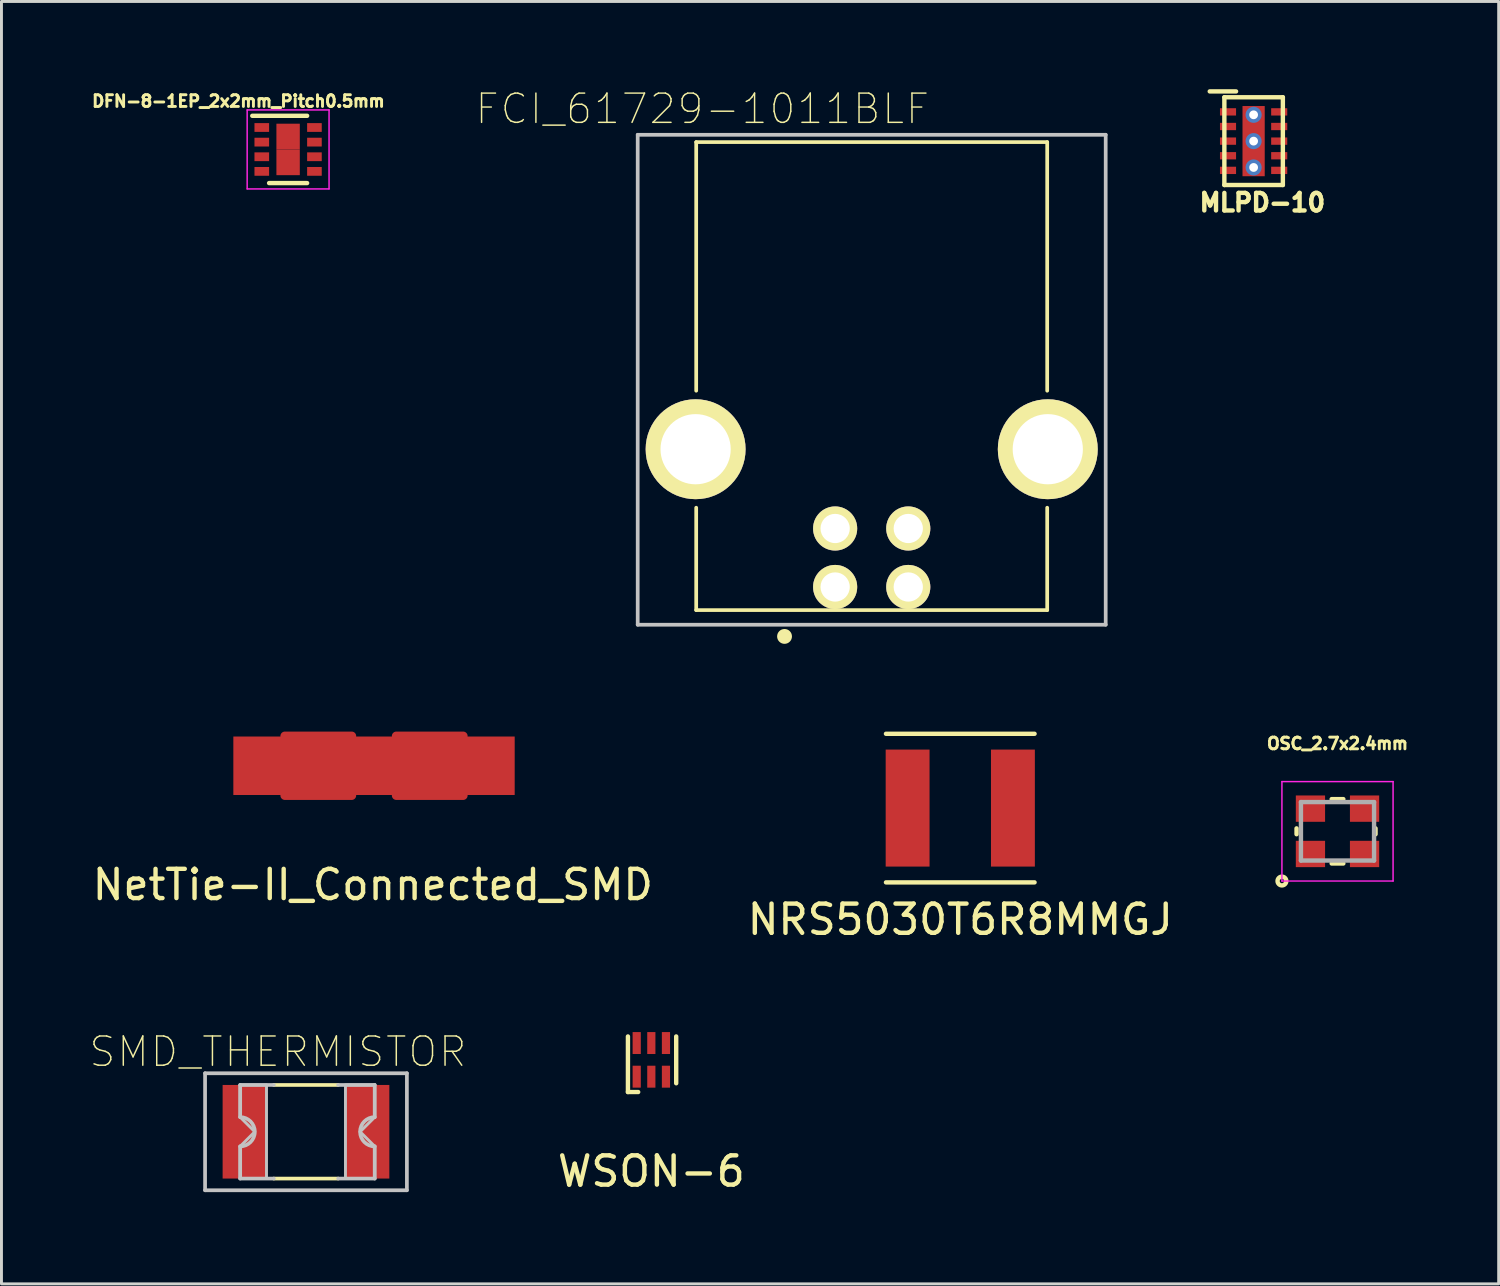
<source format=kicad_pcb>
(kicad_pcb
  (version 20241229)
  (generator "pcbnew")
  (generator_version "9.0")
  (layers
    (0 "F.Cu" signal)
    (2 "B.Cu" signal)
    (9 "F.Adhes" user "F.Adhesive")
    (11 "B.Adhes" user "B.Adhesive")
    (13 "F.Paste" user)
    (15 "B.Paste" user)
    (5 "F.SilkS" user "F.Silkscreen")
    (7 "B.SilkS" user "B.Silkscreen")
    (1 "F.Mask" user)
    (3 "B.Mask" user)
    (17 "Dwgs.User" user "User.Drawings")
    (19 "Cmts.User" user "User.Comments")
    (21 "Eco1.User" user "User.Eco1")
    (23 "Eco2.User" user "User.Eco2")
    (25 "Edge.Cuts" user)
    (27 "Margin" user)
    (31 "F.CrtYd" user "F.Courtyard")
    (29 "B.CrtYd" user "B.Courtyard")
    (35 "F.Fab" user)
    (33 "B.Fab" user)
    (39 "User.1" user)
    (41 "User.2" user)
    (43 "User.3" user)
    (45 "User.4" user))
  (footprint "DFN-8-1EP_2x2mm_Pitch0.5mm"
    (layer "F.Cu")
    (at 6.8 2.059)
    (property "Reference" "DFN-8-1EP_2x2mm_Pitch0.5mm" (at -1.7 -1.65 0) (layer "F.SilkS") (effects (font (size 0.4 0.4) (thickness 0.1))))
    (attr smd)
    (fp_line (start -1.225 -1.15) (end 0.65 -1.15) (stroke (width 0.15) (type solid)) (layer "F.SilkS"))
    (fp_line (start -0.65 1.15) (end 0.65 1.15) (stroke (width 0.15) (type solid)) (layer "F.SilkS"))
    (fp_line (start -1.4 -1.35) (end -1.4 1.35) (stroke (width 0.05) (type solid)) (layer "F.CrtYd"))
    (fp_line (start -1.4 -1.35) (end 1.4 -1.35) (stroke (width 0.05) (type solid)) (layer "F.CrtYd"))
    (fp_line (start -1.4 1.35) (end 1.4 1.35) (stroke (width 0.05) (type solid)) (layer "F.CrtYd"))
    (fp_line (start 1.4 -1.35) (end 1.4 1.35) (stroke (width 0.05) (type solid)) (layer "F.CrtYd"))
    (pad "1" smd rect (at -0.9 -0.75) (size 0.5 0.3) (layers "F.Cu" "F.Mask" "F.Paste"))
    (pad "2" smd rect (at -0.9 -0.25) (size 0.5 0.3) (layers "F.Cu" "F.Mask" "F.Paste"))
    (pad "3" smd rect (at -0.9 0.25) (size 0.5 0.3) (layers "F.Cu" "F.Mask" "F.Paste"))
    (pad "4" smd rect (at -0.9 0.75) (size 0.5 0.3) (layers "F.Cu" "F.Mask" "F.Paste"))
    (pad "5" smd rect (at 0.9 0.75) (size 0.5 0.3) (layers "F.Cu" "F.Mask" "F.Paste"))
    (pad "6" smd rect (at 0.9 0.25) (size 0.5 0.3) (layers "F.Cu" "F.Mask" "F.Paste"))
    (pad "7" smd rect (at 0.9 -0.25) (size 0.5 0.3) (layers "F.Cu" "F.Mask" "F.Paste"))
    (pad "8" smd rect (at 0.9 -0.75) (size 0.5 0.3) (layers "F.Cu" "F.Mask" "F.Paste"))
    (pad "9" smd rect (at 0 -0.44) (size 0.8 0.88) (layers "F.Cu" "F.Mask" "F.Paste"))
    (pad "9" smd rect (at 0 0.44) (size 0.8 0.88) (layers "F.Cu" "F.Mask" "F.Paste")))
  (footprint "SMD_THERMISTOR"
    (layer "F.Cu")
    (at 7.411 35.643)
    (property "Reference" "SMD_THERMISTOR" (at -0.96 -2.735 0) (layer "F.SilkS") (effects (font (size 1 1) (thickness 0.05))))
    (attr smd)
    (fp_line (start -1.1 -1.6) (end 1.1 -1.6) (stroke (width 0.127) (type solid)) (layer "F.SilkS"))
    (fp_line (start 1.1 1.6) (end -1.1 1.6) (stroke (width 0.127) (type solid)) (layer "F.SilkS"))
    (fp_line (start -3.45 -2) (end -3.45 2) (stroke (width 0.127) (type solid)) (layer "Dwgs.User"))
    (fp_line (start -3.45 2) (end 3.45 2) (stroke (width 0.127) (type solid)) (layer "Dwgs.User"))
    (fp_line (start -2.25 -1.6) (end -2.25 -0.5) (stroke (width 0.127) (type solid)) (layer "Dwgs.User"))
    (fp_line (start -2.25 -1.6) (end -1.1 -1.6) (stroke (width 0.127) (type solid)) (layer "Dwgs.User"))
    (fp_line (start -2.25 1.6) (end -2.25 0.5) (stroke (width 0.127) (type solid)) (layer "Dwgs.User"))
    (fp_line (start -1.1 1.6) (end -2.25 1.6) (stroke (width 0.127) (type solid)) (layer "Dwgs.User"))
    (fp_line (start 1.1 -1.6) (end 2.35 -1.6) (stroke (width 0.127) (type solid)) (layer "Dwgs.User"))
    (fp_line (start 2.35 -1.6) (end 2.35 -0.5) (stroke (width 0.127) (type solid)) (layer "Dwgs.User"))
    (fp_line (start 2.35 0.5) (end 2.35 1.6) (stroke (width 0.127) (type solid)) (layer "Dwgs.User"))
    (fp_line (start 2.35 1.6) (end 1.1 1.6) (stroke (width 0.127) (type solid)) (layer "Dwgs.User"))
    (fp_line (start 3.45 -2) (end -3.45 -2) (stroke (width 0.127) (type solid)) (layer "Dwgs.User"))
    (fp_line (start 3.45 2) (end 3.45 -2) (stroke (width 0.127) (type solid)) (layer "Dwgs.User"))
    (fp_arc (start -2.25 -0.5) (mid -1.75 0) (end -2.25 0.5) (stroke (width 0.127) (type solid)) (layer "Dwgs.User"))
    (fp_arc (start 2.35 0.5) (mid 1.85 0) (end 2.35 -0.5) (stroke (width 0.127) (type solid)) (layer "Dwgs.User"))
    (fp_poly (pts (xy -1.35 -1.6) (xy -2.25 -1.6) (xy -2.25 -0.5) (xy -1.75 0) (xy -2.25 0.5) (xy -2.25 1.6) (xy -1.35 1.6)) (stroke (width 0.1) (type solid)) (fill no) (layer "Dwgs.User"))
    (fp_poly (pts (xy 1.35 -1.6) (xy 1.35 1.6) (xy 2.35 1.6) (xy 2.35 0.5) (xy 1.85 0) (xy 2.35 -0.5) (xy 2.35 -1.6)) (stroke (width 0.1) (type solid)) (fill no) (layer "Dwgs.User"))
    (pad "1" smd rect (at -2.1 0) (size 1.5 3.2) (layers "F.Cu" "F.Mask" "F.Paste"))
    (pad "2" smd rect (at 2.1 0) (size 1.5 3.2) (layers "F.Cu" "F.Mask" "F.Paste")))
  (footprint "WSON-6"
    (layer "F.Cu")
    (at 19.218 33.185)
    (property "Reference" "WSON-6" (at 0 3.81 0) (layer "F.SilkS") (effects (font (size 1 1) (thickness 0.15))))
    (attr through_hole)
    (fp_line (start -0.8 -0.8) (end -0.8 1.1) (stroke (width 0.15) (type solid)) (layer "F.SilkS"))
    (fp_line (start -0.8 1.1) (end -0.45 1.1) (stroke (width 0.15) (type solid)) (layer "F.SilkS"))
    (fp_line (start 0.85 0.8) (end 0.85 -0.8) (stroke (width 0.15) (type solid)) (layer "F.SilkS"))
    (pad "1" smd rect (at -0.5 0.575) (size 0.28 0.75) (layers "F.Cu" "F.Mask" "F.Paste"))
    (pad "2" smd rect (at 0 0.575) (size 0.28 0.75) (layers "F.Cu" "F.Mask" "F.Paste"))
    (pad "3" smd rect (at 0.5 0.575) (size 0.28 0.75) (layers "F.Cu" "F.Mask" "F.Paste"))
    (pad "4" smd rect (at 0.5 -0.575) (size 0.28 0.75) (layers "F.Cu" "F.Mask" "F.Paste"))
    (pad "5" smd rect (at 0 -0.575) (size 0.28 0.75) (layers "F.Cu" "F.Mask" "F.Paste"))
    (pad "6" smd rect (at -0.5 -0.575) (size 0.28 0.75) (layers "F.Cu" "F.Mask" "F.Paste")))
  (footprint "NetTie-II_Connected_SMD"
    (layer "F.Cu")
    (at 9.737 23.13)
    (property "Reference" "NetTie-II_Connected_SMD" (at -0.041 4.069 0) (layer "F.SilkS") (effects (font (size 1 1) (thickness 0.15))))
    (attr through_hole)
    (fp_line (start -3.048 -1.016) (end -0.762 -1.016) (stroke (width 0.305) (type solid)) (layer "F.Cu"))
    (fp_line (start -3.048 -0.508) (end -0.762 -0.508) (stroke (width 0.305) (type solid)) (layer "F.Cu"))
    (fp_line (start -3.048 0) (end -0.762 0) (stroke (width 0.305) (type solid)) (layer "F.Cu"))
    (fp_line (start -3.048 0.508) (end -0.762 0.508) (stroke (width 0.305) (type solid)) (layer "F.Cu"))
    (fp_line (start -3.048 1.016) (end -0.762 1.016) (stroke (width 0.305) (type solid)) (layer "F.Cu"))
    (fp_line (start -0.762 -0.762) (end -3.048 -0.762) (stroke (width 0.305) (type solid)) (layer "F.Cu"))
    (fp_line (start -0.762 -0.254) (end -3.048 -0.254) (stroke (width 0.305) (type solid)) (layer "F.Cu"))
    (fp_line (start -0.762 0.254) (end -3.048 0.254) (stroke (width 0.305) (type solid)) (layer "F.Cu"))
    (fp_line (start -0.762 0.762) (end -3.048 0.762) (stroke (width 0.305) (type solid)) (layer "F.Cu"))
    (fp_line (start 0.762 -1.016) (end 3.048 -1.016) (stroke (width 0.305) (type solid)) (layer "F.Cu"))
    (fp_line (start 0.762 -0.508) (end 3.048 -0.508) (stroke (width 0.305) (type solid)) (layer "F.Cu"))
    (fp_line (start 0.762 0) (end 3.048 0) (stroke (width 0.305) (type solid)) (layer "F.Cu"))
    (fp_line (start 0.762 0.508) (end 3.048 0.508) (stroke (width 0.305) (type solid)) (layer "F.Cu"))
    (fp_line (start 0.762 1.016) (end 3.048 1.016) (stroke (width 0.305) (type solid)) (layer "F.Cu"))
    (fp_line (start 3.048 -0.762) (end 0.762 -0.762) (stroke (width 0.305) (type solid)) (layer "F.Cu"))
    (fp_line (start 3.048 -0.254) (end 0.762 -0.254) (stroke (width 0.305) (type solid)) (layer "F.Cu"))
    (fp_line (start 3.048 0.254) (end 0.762 0.254) (stroke (width 0.305) (type solid)) (layer "F.Cu"))
    (fp_line (start 3.048 0.762) (end 0.762 0.762) (stroke (width 0.305) (type solid)) (layer "F.Cu"))
    (pad "1" smd rect (at -3.81 0) (size 1.999 1.999) (layers "F.Cu"))
    (pad "2" smd rect (at 0 0) (size 1.999 1.999) (layers "F.Cu"))
    (pad "3" smd rect (at 3.81 0) (size 1.999 1.999) (layers "F.Cu")))
  (footprint "MLPD-10"
    (layer "F.Cu")
    (at 39.809 1.775)
    (property "Reference" "MLPD-10" (at 0.3 2.1 0) (layer "F.SilkS") (effects (font (size 0.6 0.6) (thickness 0.15))))
    (attr through_hole)
    (fp_line (start -1 -1.5) (end 1 -1.5) (stroke (width 0.15) (type solid)) (layer "F.SilkS"))
    (fp_line (start -1 1.5) (end -1 -1.5) (stroke (width 0.15) (type solid)) (layer "F.SilkS"))
    (fp_line (start -0.6 -1.7) (end -1.5 -1.7) (stroke (width 0.15) (type solid)) (layer "F.SilkS"))
    (fp_line (start 1 -1.5) (end 1 1.5) (stroke (width 0.15) (type solid)) (layer "F.SilkS"))
    (fp_line (start 1 1.5) (end -1 1.5) (stroke (width 0.15) (type solid)) (layer "F.SilkS"))
    (pad "1" smd rect (at -0.875 -1) (size 0.55 0.25) (layers "F.Cu" "F.Mask" "F.Paste"))
    (pad "2" smd rect (at -0.875 -0.5) (size 0.55 0.25) (layers "F.Cu" "F.Mask" "F.Paste"))
    (pad "3" smd rect (at -0.875 0) (size 0.55 0.25) (layers "F.Cu" "F.Mask" "F.Paste"))
    (pad "4" smd rect (at -0.875 0.5) (size 0.55 0.25) (layers "F.Cu" "F.Mask" "F.Paste"))
    (pad "5" smd rect (at -0.875 1) (size 0.55 0.25) (layers "F.Cu" "F.Mask" "F.Paste"))
    (pad "6" smd rect (at 0.875 1) (size 0.55 0.25) (layers "F.Cu" "F.Mask" "F.Paste"))
    (pad "7" smd rect (at 0.875 0.5) (size 0.55 0.25) (layers "F.Cu" "F.Mask" "F.Paste"))
    (pad "8" smd rect (at 0.875 0) (size 0.55 0.25) (layers "F.Cu" "F.Mask" "F.Paste"))
    (pad "9" smd rect (at 0.875 -0.5) (size 0.55 0.25) (layers "F.Cu" "F.Mask" "F.Paste"))
    (pad "10" smd rect (at 0.875 -1) (size 0.55 0.25) (layers "F.Cu" "F.Mask" "F.Paste"))
    (pad "11" thru_hole circle (at 0 -0.9) (size 0.55 0.55) (drill 0.3) (layers "*.Cu"))
    (pad "11" thru_hole circle (at 0 0) (size 0.55 0.55) (drill 0.3) (layers "*.Cu"))
    (pad "11" smd rect (at 0 0) (size 0.76 2.4) (layers "F.Cu" "F.Mask" "F.Paste"))
    (pad "11" thru_hole circle (at 0 0.9) (size 0.55 0.55) (drill 0.3) (layers "*.Cu")))
  (footprint "NRS5030T6R8MMGJ"
    (layer "F.Cu")
    (at 29.78 24.577)
    (property "Reference" "NRS5030T6R8MMGJ" (at 0 3.81 0) (layer "F.SilkS") (effects (font (size 1 1) (thickness 0.15))))
    (attr through_hole)
    (fp_line (start -2.54 -2.54) (end 2.54 -2.54) (stroke (width 0.15) (type solid)) (layer "F.SilkS"))
    (fp_line (start -2.54 2.54) (end 2.54 2.54) (stroke (width 0.15) (type solid)) (layer "F.SilkS"))
    (pad "1" smd rect (at 1.8 0) (size 1.5 4) (layers "F.Cu" "F.Mask" "F.Paste"))
    (pad "2" smd rect (at -1.8 0) (size 1.5 4) (layers "F.Cu" "F.Mask" "F.Paste")))
  (footprint "FCI_61729-1011BLF"
    (layer "F.Cu")
    (at 26.752 12.308)
    (property "Reference" "FCI_61729-1011BLF" (at -5.79 -11.635 0) (layer "F.SilkS") (effects (font (size 1 1) (thickness 0.05))))
    (attr through_hole)
    (fp_line (start -6 -2) (end -6 -10.5) (stroke (width 0.127) (type solid)) (layer "F.SilkS"))
    (fp_line (start -6 5.5) (end -6 2) (stroke (width 0.127) (type solid)) (layer "F.SilkS"))
    (fp_line (start 6 -10.5) (end -6 -10.5) (stroke (width 0.127) (type solid)) (layer "F.SilkS"))
    (fp_line (start 6 -2) (end 6 -10.5) (stroke (width 0.127) (type solid)) (layer "F.SilkS"))
    (fp_line (start 6 5.5) (end -6 5.5) (stroke (width 0.127) (type solid)) (layer "F.SilkS"))
    (fp_line (start 6 5.5) (end 6 2) (stroke (width 0.127) (type solid)) (layer "F.SilkS"))
    (fp_circle (center -2.98 6.4) (end -2.726 6.4) (stroke (width 0) (type solid)) (fill yes) (layer "F.SilkS"))
    (fp_line (start -8 -10.75) (end -8 6) (stroke (width 0.127) (type solid)) (layer "Dwgs.User"))
    (fp_line (start -8 6) (end 8 6) (stroke (width 0.127) (type solid)) (layer "Dwgs.User"))
    (fp_line (start 8 -10.75) (end -8 -10.75) (stroke (width 0.127) (type solid)) (layer "Dwgs.User"))
    (fp_line (start 8 6) (end 8 -10.75) (stroke (width 0.127) (type solid)) (layer "Dwgs.User"))
    (pad "1" thru_hole circle (at -1.25 4.71 180) (size 1.508 1.508) (drill 1) (layers "*.Cu" "*.Mask" "F.SilkS"))
    (pad "2" thru_hole circle (at 1.25 4.71 180) (size 1.508 1.508) (drill 1) (layers "*.Cu" "*.Mask" "F.SilkS"))
    (pad "3" thru_hole circle (at 1.25 2.71 180) (size 1.508 1.508) (drill 1) (layers "*.Cu" "*.Mask" "F.SilkS"))
    (pad "4" thru_hole circle (at -1.25 2.71 180) (size 1.508 1.508) (drill 1) (layers "*.Cu" "*.Mask" "F.SilkS"))
    (pad "S1" thru_hole circle (at -6.02 0 180) (size 3.416 3.416) (drill 2.4) (layers "*.Cu" "*.Mask" "F.SilkS"))
    (pad "S2" thru_hole circle (at 6.02 0 180) (size 3.416 3.416) (drill 2.4) (layers "*.Cu" "*.Mask" "F.SilkS")))
  (footprint "OSC_2.7x2.4mm"
    (layer "F.Cu")
    (at 42.677 25.371)
    (property "Reference" "OSC_2.7x2.4mm" (at 0 -3 0) (layer "F.SilkS") (effects (font (size 0.4 0.4) (thickness 0.1))))
    (attr smd)
    (fp_line (start -1.4 -0.1) (end -1.4 0.1) (stroke (width 0.15) (type solid)) (layer "F.SilkS"))
    (fp_line (start -0.2 -1.1) (end 0.2 -1.1) (stroke (width 0.15) (type solid)) (layer "F.SilkS"))
    (fp_line (start 0.2 1.1) (end -0.2 1.1) (stroke (width 0.15) (type solid)) (layer "F.SilkS"))
    (fp_line (start 1.3 -0.1) (end 1.3 0.1) (stroke (width 0.15) (type solid)) (layer "F.SilkS"))
    (fp_circle (center -1.9 1.7) (end -1.9 1.85) (stroke (width 0.15) (type solid)) (fill no) (layer "F.SilkS"))
    (fp_line (start -1.9 -1.7) (end -1.9 1.7) (stroke (width 0.05) (type solid)) (layer "F.CrtYd"))
    (fp_line (start -1.9 1.7) (end 1.9 1.7) (stroke (width 0.05) (type solid)) (layer "F.CrtYd"))
    (fp_line (start 1.9 -1.7) (end -1.9 -1.7) (stroke (width 0.05) (type solid)) (layer "F.CrtYd"))
    (fp_line (start 1.9 1.7) (end 1.9 -1.7) (stroke (width 0.05) (type solid)) (layer "F.CrtYd"))
    (fp_line (start -1.25 -1) (end -1.25 1) (stroke (width 0.15) (type solid)) (layer "F.Fab"))
    (fp_line (start -1.25 1) (end 1.25 1) (stroke (width 0.15) (type solid)) (layer "F.Fab"))
    (fp_line (start 1.25 -1) (end -1.25 -1) (stroke (width 0.15) (type solid)) (layer "F.Fab"))
    (fp_line (start 1.25 1) (end 1.25 -1) (stroke (width 0.15) (type solid)) (layer "F.Fab"))
    (pad "1" smd rect (at -0.925 0.775) (size 1 0.9) (layers "F.Cu" "F.Mask" "F.Paste"))
    (pad "2" smd rect (at 0.925 0.775) (size 1 0.9) (layers "F.Cu" "F.Mask" "F.Paste"))
    (pad "3" smd rect (at 0.925 -0.775) (size 1 0.9) (layers "F.Cu" "F.Mask" "F.Paste"))
    (pad "4" smd rect (at -0.925 -0.775) (size 1 0.9) (layers "F.Cu" "F.Mask" "F.Paste")))
  (gr_rect
    (start -3 -3)
    (end 48.187 40.843)
    (stroke (width 0.1) (type default))
    (fill no)
    (layer "Edge.Cuts")))
</source>
